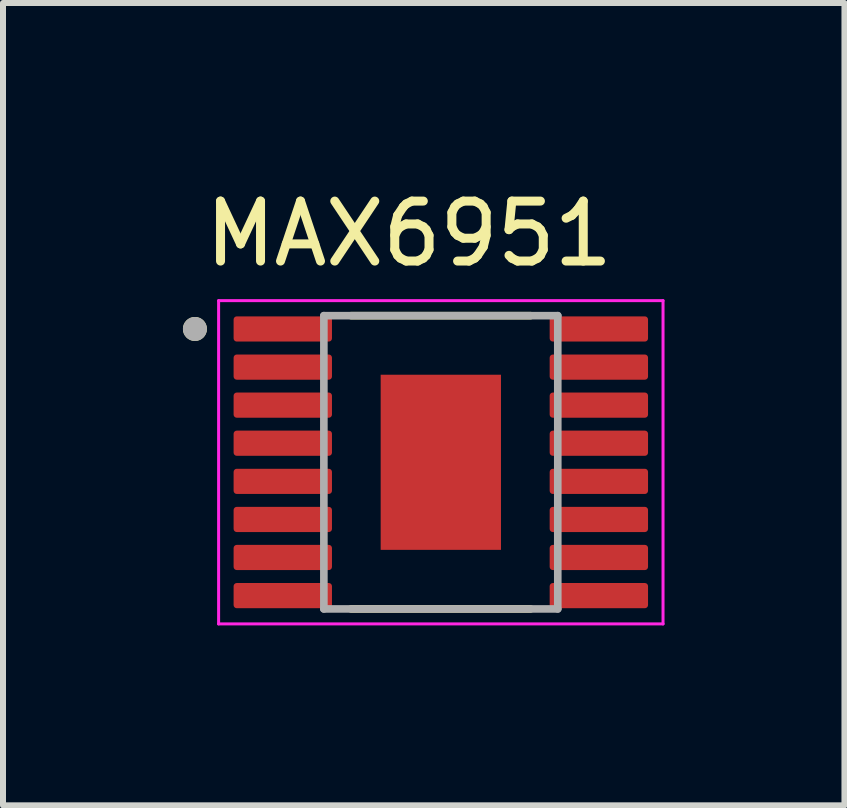
<source format=kicad_pcb>
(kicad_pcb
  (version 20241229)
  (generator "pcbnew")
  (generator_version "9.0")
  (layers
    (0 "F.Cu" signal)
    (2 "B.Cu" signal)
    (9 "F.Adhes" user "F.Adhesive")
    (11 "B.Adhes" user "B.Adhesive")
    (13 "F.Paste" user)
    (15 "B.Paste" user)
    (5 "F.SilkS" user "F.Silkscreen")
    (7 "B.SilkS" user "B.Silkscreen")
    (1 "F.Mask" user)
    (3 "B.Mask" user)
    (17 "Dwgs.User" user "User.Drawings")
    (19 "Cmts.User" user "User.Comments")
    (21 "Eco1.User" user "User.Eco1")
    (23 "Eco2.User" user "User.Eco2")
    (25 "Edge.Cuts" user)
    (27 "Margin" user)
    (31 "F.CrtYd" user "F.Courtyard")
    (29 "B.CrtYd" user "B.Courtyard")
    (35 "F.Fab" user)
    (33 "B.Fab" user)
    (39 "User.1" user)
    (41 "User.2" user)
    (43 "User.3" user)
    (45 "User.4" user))
  (footprint "MAX6951"
    (layer "F.Cu")
    (at 4.3 4.658)
    (property "Reference" "MAX6951" (at -0.53 -3.81 0) (layer "F.SilkS") (effects (font (size 1 1) (thickness 0.15))))
    (attr smd)
    (fp_line (start -1.495 -2.445) (end 1.495 -2.445) (stroke (width 0.127) (type solid)) (layer "F.SilkS"))
    (fp_line (start -1.495 2.445) (end 1.495 2.445) (stroke (width 0.127) (type solid)) (layer "F.SilkS"))
    (fp_circle (center -4.1 -2.223) (end -4 -2.223) (stroke (width 0.2) (type solid)) (fill no) (layer "F.SilkS"))
    (fp_poly (pts (xy -0.635 -0.925) (xy 0.635 -0.925) (xy 0.635 0.925) (xy -0.635 0.925)) (stroke (width 0.01) (type solid)) (fill yes) (layer "F.Paste"))
    (fp_line (start -3.705 -2.695) (end -3.705 2.695) (stroke (width 0.05) (type solid)) (layer "F.CrtYd"))
    (fp_line (start -3.705 2.695) (end 3.705 2.695) (stroke (width 0.05) (type solid)) (layer "F.CrtYd"))
    (fp_line (start 3.705 -2.695) (end -3.705 -2.695) (stroke (width 0.05) (type solid)) (layer "F.CrtYd"))
    (fp_line (start 3.705 2.695) (end 3.705 -2.695) (stroke (width 0.05) (type solid)) (layer "F.CrtYd"))
    (fp_line (start -1.95 -2.445) (end 1.95 -2.445) (stroke (width 0.127) (type solid)) (layer "F.Fab"))
    (fp_line (start -1.95 2.445) (end -1.95 -2.445) (stroke (width 0.127) (type solid)) (layer "F.Fab"))
    (fp_line (start 1.95 -2.445) (end 1.95 2.445) (stroke (width 0.127) (type solid)) (layer "F.Fab"))
    (fp_line (start 1.95 2.445) (end -1.95 2.445) (stroke (width 0.127) (type solid)) (layer "F.Fab"))
    (fp_circle (center -4.1 -2.223) (end -4 -2.223) (stroke (width 0.2) (type solid)) (fill no) (layer "F.Fab"))
    (pad "1" smd roundrect (at -2.635 -2.223) (size 1.64 0.42) (layers "F.Cu" "F.Mask" "F.Paste") (roundrect_rratio 0.125))
    (pad "2" smd roundrect (at -2.635 -1.587) (size 1.64 0.42) (layers "F.Cu" "F.Mask" "F.Paste") (roundrect_rratio 0.125))
    (pad "3" smd roundrect (at -2.635 -0.953) (size 1.64 0.42) (layers "F.Cu" "F.Mask" "F.Paste") (roundrect_rratio 0.125))
    (pad "4" smd roundrect (at -2.635 -0.318) (size 1.64 0.42) (layers "F.Cu" "F.Mask" "F.Paste") (roundrect_rratio 0.125))
    (pad "5" smd roundrect (at -2.635 0.318) (size 1.64 0.42) (layers "F.Cu" "F.Mask" "F.Paste") (roundrect_rratio 0.125))
    (pad "6" smd roundrect (at -2.635 0.953) (size 1.64 0.42) (layers "F.Cu" "F.Mask" "F.Paste") (roundrect_rratio 0.125))
    (pad "7" smd roundrect (at -2.635 1.587) (size 1.64 0.42) (layers "F.Cu" "F.Mask" "F.Paste") (roundrect_rratio 0.125))
    (pad "8" smd roundrect (at -2.635 2.223) (size 1.64 0.42) (layers "F.Cu" "F.Mask" "F.Paste") (roundrect_rratio 0.125))
    (pad "9" smd roundrect (at 2.635 2.223) (size 1.64 0.42) (layers "F.Cu" "F.Mask" "F.Paste") (roundrect_rratio 0.125))
    (pad "10" smd roundrect (at 2.635 1.587) (size 1.64 0.42) (layers "F.Cu" "F.Mask" "F.Paste") (roundrect_rratio 0.125))
    (pad "11" smd roundrect (at 2.635 0.953) (size 1.64 0.42) (layers "F.Cu" "F.Mask" "F.Paste") (roundrect_rratio 0.125))
    (pad "12" smd roundrect (at 2.635 0.318) (size 1.64 0.42) (layers "F.Cu" "F.Mask" "F.Paste") (roundrect_rratio 0.125))
    (pad "13" smd roundrect (at 2.635 -0.318) (size 1.64 0.42) (layers "F.Cu" "F.Mask" "F.Paste") (roundrect_rratio 0.125))
    (pad "14" smd roundrect (at 2.635 -0.953) (size 1.64 0.42) (layers "F.Cu" "F.Mask" "F.Paste") (roundrect_rratio 0.125))
    (pad "15" smd roundrect (at 2.635 -1.587) (size 1.64 0.42) (layers "F.Cu" "F.Mask" "F.Paste") (roundrect_rratio 0.125))
    (pad "16" smd roundrect (at 2.635 -2.223) (size 1.64 0.42) (layers "F.Cu" "F.Mask" "F.Paste") (roundrect_rratio 0.125))
    (pad "17" smd rect (at 0 0) (size 2.006 2.92) (layers "F.Cu" "F.Mask")))
  (gr_rect
    (start -3 -3)
    (end 11.03 10.378)
    (stroke (width 0.1) (type default))
    (fill no)
    (layer "Edge.Cuts")))
</source>
